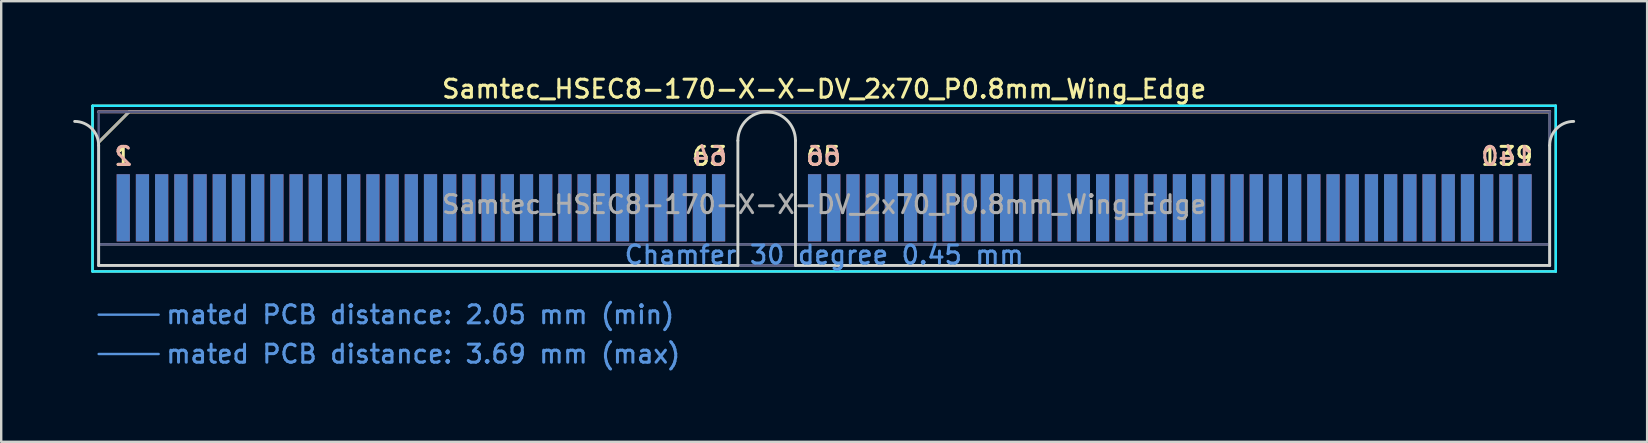
<source format=kicad_pcb>
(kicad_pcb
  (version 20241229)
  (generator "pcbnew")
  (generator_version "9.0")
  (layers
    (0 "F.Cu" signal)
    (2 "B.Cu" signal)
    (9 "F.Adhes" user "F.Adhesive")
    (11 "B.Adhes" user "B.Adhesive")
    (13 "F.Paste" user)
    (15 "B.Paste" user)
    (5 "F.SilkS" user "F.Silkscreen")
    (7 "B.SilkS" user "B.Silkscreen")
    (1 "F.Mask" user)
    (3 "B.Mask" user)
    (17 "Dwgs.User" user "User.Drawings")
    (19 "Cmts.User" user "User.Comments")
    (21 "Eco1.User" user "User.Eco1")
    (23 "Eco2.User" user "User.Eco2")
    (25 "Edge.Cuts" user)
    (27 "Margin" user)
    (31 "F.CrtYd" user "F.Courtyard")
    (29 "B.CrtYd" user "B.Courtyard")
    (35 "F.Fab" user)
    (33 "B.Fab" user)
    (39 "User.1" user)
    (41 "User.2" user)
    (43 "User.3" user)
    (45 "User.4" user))
  (footprint "Samtec_HSEC8-170-X-X-DV_2x70_P0.8mm_Wing_Edge"
    (layer "F.Cu")
    (at 31.285 8.008)
    (property "Reference" "Samtec_HSEC8-170-X-X-DV_2x70_P0.8mm_Wing_Edge" (at 0 -7.35 0) (layer "F.SilkS") (effects (font (size 0.75 0.75) (thickness 0.125))))
    (attr exclude_from_pos_files exclude_from_bom)
    (fp_line (start -30.48 -6.65) (end -30.48 0.25) (stroke (width 0.1) (type solid)) (layer "F.SilkS"))
    (fp_line (start -30.48 0.25) (end 30.48 0.25) (stroke (width 0.1) (type solid)) (layer "F.SilkS"))
    (fp_line (start -30.225 -5.13) (end -28.955 -6.4) (stroke (width 0.12) (type solid)) (layer "F.SilkS"))
    (fp_line (start -28.955 -6.4) (end 30.225 -6.4) (stroke (width 0.12) (type solid)) (layer "F.SilkS"))
    (fp_line (start 30.48 -6.65) (end -30.48 -6.65) (stroke (width 0.1) (type solid)) (layer "F.SilkS"))
    (fp_line (start 30.48 0.25) (end 30.48 -6.65) (stroke (width 0.1) (type solid)) (layer "F.SilkS"))
    (fp_line (start -30.225 -6.4) (end -30.225 -6.4) (stroke (width 0.12) (type solid)) (layer "B.SilkS"))
    (fp_line (start -30.225 -6.4) (end 30.225 -6.4) (stroke (width 0.12) (type solid)) (layer "B.SilkS"))
    (fp_line (start -30.225 2.05) (end -27.725 2.05) (stroke (width 0.1) (type solid)) (layer "Cmts.User"))
    (fp_line (start -30.225 3.69) (end -27.725 3.69) (stroke (width 0.1) (type solid)) (layer "Cmts.User"))
    (fp_line (start -30.225 -5) (end -30.225 0) (stroke (width 0.12) (type solid)) (layer "Edge.Cuts"))
    (fp_line (start -30.225 0) (end -3.595 0) (stroke (width 0.12) (type solid)) (layer "Edge.Cuts"))
    (fp_line (start -3.595 0) (end -3.595 -5.2) (stroke (width 0.12) (type solid)) (layer "Edge.Cuts"))
    (fp_line (start -1.195 -5.2) (end -1.195 0) (stroke (width 0.12) (type solid)) (layer "Edge.Cuts"))
    (fp_line (start -1.195 0) (end 30.225 0) (stroke (width 0.12) (type solid)) (layer "Edge.Cuts"))
    (fp_line (start 30.225 0) (end 30.225 -5) (stroke (width 0.12) (type solid)) (layer "Edge.Cuts"))
    (fp_arc (start -31.225 -6) (mid -30.517893 -5.707107) (end -30.225 -5) (stroke (width 0.12) (type solid)) (layer "Edge.Cuts"))
    (fp_arc (start -3.595 -5.2) (mid -2.395 -6.4) (end -1.195 -5.2) (stroke (width 0.12) (type solid)) (layer "Edge.Cuts"))
    (fp_arc (start 30.225 -5) (mid 30.517893 -5.707107) (end 31.225 -6) (stroke (width 0.12) (type solid)) (layer "Edge.Cuts"))
    (fp_line (start -30.48 -6.65) (end -30.48 0.25) (stroke (width 0.1) (type solid)) (layer "B.CrtYd"))
    (fp_line (start -30.48 0.25) (end 30.48 0.25) (stroke (width 0.1) (type solid)) (layer "B.CrtYd"))
    (fp_line (start 30.48 -6.65) (end -30.48 -6.65) (stroke (width 0.1) (type solid)) (layer "B.CrtYd"))
    (fp_line (start 30.48 0.25) (end 30.48 -6.65) (stroke (width 0.1) (type solid)) (layer "B.CrtYd"))
    (fp_line (start -30.225 -6.4) (end -30.225 -6.4) (stroke (width 0.1) (type solid)) (layer "B.Fab"))
    (fp_line (start -30.225 -6.4) (end -30.225 0) (stroke (width 0.1) (type solid)) (layer "B.Fab"))
    (fp_line (start -30.225 -6.4) (end 30.225 -6.4) (stroke (width 0.1) (type solid)) (layer "B.Fab"))
    (fp_line (start -30.225 -0.88) (end 30.225 -0.88) (stroke (width 0.1) (type solid)) (layer "B.Fab"))
    (fp_line (start -30.225 0) (end 30.225 0) (stroke (width 0.1) (type solid)) (layer "B.Fab"))
    (fp_line (start 30.225 -6.4) (end 30.225 0) (stroke (width 0.1) (type solid)) (layer "B.Fab"))
    (fp_line (start -30.225 -5.13) (end -30.225 0) (stroke (width 0.1) (type solid)) (layer "F.Fab"))
    (fp_line (start -30.225 -5.13) (end -28.955 -6.4) (stroke (width 0.1) (type solid)) (layer "F.Fab"))
    (fp_line (start -30.225 -0.88) (end 30.225 -0.88) (stroke (width 0.1) (type solid)) (layer "F.Fab"))
    (fp_line (start -30.225 0) (end 30.225 0) (stroke (width 0.1) (type solid)) (layer "F.Fab"))
    (fp_line (start -28.955 -6.4) (end 30.225 -6.4) (stroke (width 0.1) (type solid)) (layer "F.Fab"))
    (fp_line (start 30.225 -6.4) (end 30.225 0) (stroke (width 0.1) (type solid)) (layer "F.Fab"))
    (fp_text user "1" (at -29.2 -4.55 0) (layer "F.SilkS") (effects (font (size 0.75 0.75) (thickness 0.125))))
    (fp_text user "65" (at -0.025 -4.55 0) (layer "F.SilkS") (effects (font (size 0.75 0.75) (thickness 0.125))))
    (fp_text user "139" (at 28.45 -4.55 0) (layer "F.SilkS") (effects (font (size 0.75 0.75) (thickness 0.125))))
    (fp_text user "63" (at -4.775 -4.55 0) (layer "F.SilkS") (effects (font (size 0.75 0.75) (thickness 0.125))))
    (fp_text user "66" (at -0.025 -4.55 0) (layer "B.SilkS") (effects (font (size 0.75 0.75) (thickness 0.125)) (justify mirror)))
    (fp_text user "64" (at -4.775 -4.55 0) (layer "B.SilkS") (effects (font (size 0.75 0.75) (thickness 0.125)) (justify mirror)))
    (fp_text user "140" (at 28.45 -4.55 0) (layer "B.SilkS") (effects (font (size 0.75 0.75) (thickness 0.125)) (justify mirror)))
    (fp_text user "2" (at -29.2 -4.55 0) (layer "B.SilkS") (effects (font (size 0.75 0.75) (thickness 0.125)) (justify mirror)))
    (fp_text user "mated PCB distance: 3.69 mm (max)" (at -27.48 3.69 0) (layer "Cmts.User") (effects (font (size 0.75 0.75) (thickness 0.125)) (justify left)))
    (fp_text user "Chamfer 30 degree 0.45 mm" (at 0 -0.44 0) (layer "Cmts.User") (effects (font (size 0.75 0.75) (thickness 0.125))))
    (fp_text user "mated PCB distance: 2.05 mm (min)" (at -27.48 2.05 0) (layer "Cmts.User") (effects (font (size 0.75 0.75) (thickness 0.125)) (justify left)))
    (fp_text user "${REFERENCE}" (at 0 -2.54 0) (layer "F.Fab") (effects (font (size 0.75 0.75) (thickness 0.125))))
    (pad "1" connect rect (at -29.2 -2.4) (size 0.55 2.8) (layers "F.Cu" "F.Mask"))
    (pad "2" connect rect (at -29.2 -2.4) (size 0.55 2.8) (layers "B.Cu" "B.Mask"))
    (pad "3" connect rect (at -28.4 -2.4) (size 0.55 2.8) (layers "F.Cu" "F.Mask"))
    (pad "4" connect rect (at -28.4 -2.4) (size 0.55 2.8) (layers "B.Cu" "B.Mask"))
    (pad "5" connect rect (at -27.6 -2.4) (size 0.55 2.8) (layers "F.Cu" "F.Mask"))
    (pad "6" connect rect (at -27.6 -2.4) (size 0.55 2.8) (layers "B.Cu" "B.Mask"))
    (pad "7" connect rect (at -26.8 -2.4) (size 0.55 2.8) (layers "F.Cu" "F.Mask"))
    (pad "8" connect rect (at -26.8 -2.4) (size 0.55 2.8) (layers "B.Cu" "B.Mask"))
    (pad "9" connect rect (at -26 -2.4) (size 0.55 2.8) (layers "F.Cu" "F.Mask"))
    (pad "10" connect rect (at -26 -2.4) (size 0.55 2.8) (layers "B.Cu" "B.Mask"))
    (pad "11" connect rect (at -25.2 -2.4) (size 0.55 2.8) (layers "F.Cu" "F.Mask"))
    (pad "12" connect rect (at -25.2 -2.4) (size 0.55 2.8) (layers "B.Cu" "B.Mask"))
    (pad "13" connect rect (at -24.4 -2.4) (size 0.55 2.8) (layers "F.Cu" "F.Mask"))
    (pad "14" connect rect (at -24.4 -2.4) (size 0.55 2.8) (layers "B.Cu" "B.Mask"))
    (pad "15" connect rect (at -23.6 -2.4) (size 0.55 2.8) (layers "F.Cu" "F.Mask"))
    (pad "16" connect rect (at -23.6 -2.4) (size 0.55 2.8) (layers "B.Cu" "B.Mask"))
    (pad "17" connect rect (at -22.8 -2.4) (size 0.55 2.8) (layers "F.Cu" "F.Mask"))
    (pad "18" connect rect (at -22.8 -2.4) (size 0.55 2.8) (layers "B.Cu" "B.Mask"))
    (pad "19" connect rect (at -22 -2.4) (size 0.55 2.8) (layers "F.Cu" "F.Mask"))
    (pad "20" connect rect (at -22 -2.4) (size 0.55 2.8) (layers "B.Cu" "B.Mask"))
    (pad "21" connect rect (at -21.2 -2.4) (size 0.55 2.8) (layers "F.Cu" "F.Mask"))
    (pad "22" connect rect (at -21.2 -2.4) (size 0.55 2.8) (layers "B.Cu" "B.Mask"))
    (pad "23" connect rect (at -20.4 -2.4) (size 0.55 2.8) (layers "F.Cu" "F.Mask"))
    (pad "24" connect rect (at -20.4 -2.4) (size 0.55 2.8) (layers "B.Cu" "B.Mask"))
    (pad "25" connect rect (at -19.6 -2.4) (size 0.55 2.8) (layers "F.Cu" "F.Mask"))
    (pad "26" connect rect (at -19.6 -2.4) (size 0.55 2.8) (layers "B.Cu" "B.Mask"))
    (pad "27" connect rect (at -18.8 -2.4) (size 0.55 2.8) (layers "F.Cu" "F.Mask"))
    (pad "28" connect rect (at -18.8 -2.4) (size 0.55 2.8) (layers "B.Cu" "B.Mask"))
    (pad "29" connect rect (at -18 -2.4) (size 0.55 2.8) (layers "F.Cu" "F.Mask"))
    (pad "30" connect rect (at -18 -2.4) (size 0.55 2.8) (layers "B.Cu" "B.Mask"))
    (pad "31" connect rect (at -17.2 -2.4) (size 0.55 2.8) (layers "F.Cu" "F.Mask"))
    (pad "32" connect rect (at -17.2 -2.4) (size 0.55 2.8) (layers "B.Cu" "B.Mask"))
    (pad "33" connect rect (at -16.4 -2.4) (size 0.55 2.8) (layers "F.Cu" "F.Mask"))
    (pad "34" connect rect (at -16.4 -2.4) (size 0.55 2.8) (layers "B.Cu" "B.Mask"))
    (pad "35" connect rect (at -15.6 -2.4) (size 0.55 2.8) (layers "F.Cu" "F.Mask"))
    (pad "36" connect rect (at -15.6 -2.4) (size 0.55 2.8) (layers "B.Cu" "B.Mask"))
    (pad "37" connect rect (at -14.8 -2.4) (size 0.55 2.8) (layers "F.Cu" "F.Mask"))
    (pad "38" connect rect (at -14.8 -2.4) (size 0.55 2.8) (layers "B.Cu" "B.Mask"))
    (pad "39" connect rect (at -14 -2.4) (size 0.55 2.8) (layers "F.Cu" "F.Mask"))
    (pad "40" connect rect (at -14 -2.4) (size 0.55 2.8) (layers "B.Cu" "B.Mask"))
    (pad "41" connect rect (at -13.2 -2.4) (size 0.55 2.8) (layers "F.Cu" "F.Mask"))
    (pad "42" connect rect (at -13.2 -2.4) (size 0.55 2.8) (layers "B.Cu" "B.Mask"))
    (pad "43" connect rect (at -12.4 -2.4) (size 0.55 2.8) (layers "F.Cu" "F.Mask"))
    (pad "44" connect rect (at -12.4 -2.4) (size 0.55 2.8) (layers "B.Cu" "B.Mask"))
    (pad "45" connect rect (at -11.6 -2.4) (size 0.55 2.8) (layers "F.Cu" "F.Mask"))
    (pad "46" connect rect (at -11.6 -2.4) (size 0.55 2.8) (layers "B.Cu" "B.Mask"))
    (pad "47" connect rect (at -10.8 -2.4) (size 0.55 2.8) (layers "F.Cu" "F.Mask"))
    (pad "48" connect rect (at -10.8 -2.4) (size 0.55 2.8) (layers "B.Cu" "B.Mask"))
    (pad "49" connect rect (at -10 -2.4) (size 0.55 2.8) (layers "F.Cu" "F.Mask"))
    (pad "50" connect rect (at -10 -2.4) (size 0.55 2.8) (layers "B.Cu" "B.Mask"))
    (pad "51" connect rect (at -9.2 -2.4) (size 0.55 2.8) (layers "F.Cu" "F.Mask"))
    (pad "52" connect rect (at -9.2 -2.4) (size 0.55 2.8) (layers "B.Cu" "B.Mask"))
    (pad "53" connect rect (at -8.4 -2.4) (size 0.55 2.8) (layers "F.Cu" "F.Mask"))
    (pad "54" connect rect (at -8.4 -2.4) (size 0.55 2.8) (layers "B.Cu" "B.Mask"))
    (pad "55" connect rect (at -7.6 -2.4) (size 0.55 2.8) (layers "F.Cu" "F.Mask"))
    (pad "56" connect rect (at -7.6 -2.4) (size 0.55 2.8) (layers "B.Cu" "B.Mask"))
    (pad "57" connect rect (at -6.8 -2.4) (size 0.55 2.8) (layers "F.Cu" "F.Mask"))
    (pad "58" connect rect (at -6.8 -2.4) (size 0.55 2.8) (layers "B.Cu" "B.Mask"))
    (pad "59" connect rect (at -6 -2.4) (size 0.55 2.8) (layers "F.Cu" "F.Mask"))
    (pad "60" connect rect (at -6 -2.4) (size 0.55 2.8) (layers "B.Cu" "B.Mask"))
    (pad "61" connect rect (at -5.2 -2.4) (size 0.55 2.8) (layers "F.Cu" "F.Mask"))
    (pad "62" connect rect (at -5.2 -2.4) (size 0.55 2.8) (layers "B.Cu" "B.Mask"))
    (pad "63" connect rect (at -4.4 -2.4) (size 0.55 2.8) (layers "F.Cu" "F.Mask"))
    (pad "64" connect rect (at -4.4 -2.4) (size 0.55 2.8) (layers "B.Cu" "B.Mask"))
    (pad "65" connect rect (at -0.4 -2.4) (size 0.55 2.8) (layers "F.Cu" "F.Mask"))
    (pad "66" connect rect (at -0.4 -2.4) (size 0.55 2.8) (layers "B.Cu" "B.Mask"))
    (pad "67" connect rect (at 0.4 -2.4) (size 0.55 2.8) (layers "F.Cu" "F.Mask"))
    (pad "68" connect rect (at 0.4 -2.4) (size 0.55 2.8) (layers "B.Cu" "B.Mask"))
    (pad "69" connect rect (at 1.2 -2.4) (size 0.55 2.8) (layers "F.Cu" "F.Mask"))
    (pad "70" connect rect (at 1.2 -2.4) (size 0.55 2.8) (layers "B.Cu" "B.Mask"))
    (pad "71" connect rect (at 2 -2.4) (size 0.55 2.8) (layers "F.Cu" "F.Mask"))
    (pad "72" connect rect (at 2 -2.4) (size 0.55 2.8) (layers "B.Cu" "B.Mask"))
    (pad "73" connect rect (at 2.8 -2.4) (size 0.55 2.8) (layers "F.Cu" "F.Mask"))
    (pad "74" connect rect (at 2.8 -2.4) (size 0.55 2.8) (layers "B.Cu" "B.Mask"))
    (pad "75" connect rect (at 3.6 -2.4) (size 0.55 2.8) (layers "F.Cu" "F.Mask"))
    (pad "76" connect rect (at 3.6 -2.4) (size 0.55 2.8) (layers "B.Cu" "B.Mask"))
    (pad "77" connect rect (at 4.4 -2.4) (size 0.55 2.8) (layers "F.Cu" "F.Mask"))
    (pad "78" connect rect (at 4.4 -2.4) (size 0.55 2.8) (layers "B.Cu" "B.Mask"))
    (pad "79" connect rect (at 5.2 -2.4) (size 0.55 2.8) (layers "F.Cu" "F.Mask"))
    (pad "80" connect rect (at 5.2 -2.4) (size 0.55 2.8) (layers "B.Cu" "B.Mask"))
    (pad "81" connect rect (at 6 -2.4) (size 0.55 2.8) (layers "F.Cu" "F.Mask"))
    (pad "82" connect rect (at 6 -2.4) (size 0.55 2.8) (layers "B.Cu" "B.Mask"))
    (pad "83" connect rect (at 6.8 -2.4) (size 0.55 2.8) (layers "F.Cu" "F.Mask"))
    (pad "84" connect rect (at 6.8 -2.4) (size 0.55 2.8) (layers "B.Cu" "B.Mask"))
    (pad "85" connect rect (at 7.6 -2.4) (size 0.55 2.8) (layers "F.Cu" "F.Mask"))
    (pad "86" connect rect (at 7.6 -2.4) (size 0.55 2.8) (layers "B.Cu" "B.Mask"))
    (pad "87" connect rect (at 8.4 -2.4) (size 0.55 2.8) (layers "F.Cu" "F.Mask"))
    (pad "88" connect rect (at 8.4 -2.4) (size 0.55 2.8) (layers "B.Cu" "B.Mask"))
    (pad "89" connect rect (at 9.2 -2.4) (size 0.55 2.8) (layers "F.Cu" "F.Mask"))
    (pad "90" connect rect (at 9.2 -2.4) (size 0.55 2.8) (layers "B.Cu" "B.Mask"))
    (pad "91" connect rect (at 10 -2.4) (size 0.55 2.8) (layers "F.Cu" "F.Mask"))
    (pad "92" connect rect (at 10 -2.4) (size 0.55 2.8) (layers "B.Cu" "B.Mask"))
    (pad "93" connect rect (at 10.8 -2.4) (size 0.55 2.8) (layers "F.Cu" "F.Mask"))
    (pad "94" connect rect (at 10.8 -2.4) (size 0.55 2.8) (layers "B.Cu" "B.Mask"))
    (pad "95" connect rect (at 11.6 -2.4) (size 0.55 2.8) (layers "F.Cu" "F.Mask"))
    (pad "96" connect rect (at 11.6 -2.4) (size 0.55 2.8) (layers "B.Cu" "B.Mask"))
    (pad "97" connect rect (at 12.4 -2.4) (size 0.55 2.8) (layers "F.Cu" "F.Mask"))
    (pad "98" connect rect (at 12.4 -2.4) (size 0.55 2.8) (layers "B.Cu" "B.Mask"))
    (pad "99" connect rect (at 13.2 -2.4) (size 0.55 2.8) (layers "F.Cu" "F.Mask"))
    (pad "100" connect rect (at 13.2 -2.4) (size 0.55 2.8) (layers "B.Cu" "B.Mask"))
    (pad "101" connect rect (at 14 -2.4) (size 0.55 2.8) (layers "F.Cu" "F.Mask"))
    (pad "102" connect rect (at 14 -2.4) (size 0.55 2.8) (layers "B.Cu" "B.Mask"))
    (pad "103" connect rect (at 14.8 -2.4) (size 0.55 2.8) (layers "F.Cu" "F.Mask"))
    (pad "104" connect rect (at 14.8 -2.4) (size 0.55 2.8) (layers "B.Cu" "B.Mask"))
    (pad "105" connect rect (at 15.6 -2.4) (size 0.55 2.8) (layers "F.Cu" "F.Mask"))
    (pad "106" connect rect (at 15.6 -2.4) (size 0.55 2.8) (layers "B.Cu" "B.Mask"))
    (pad "107" connect rect (at 16.4 -2.4) (size 0.55 2.8) (layers "F.Cu" "F.Mask"))
    (pad "108" connect rect (at 16.4 -2.4) (size 0.55 2.8) (layers "B.Cu" "B.Mask"))
    (pad "109" connect rect (at 17.2 -2.4) (size 0.55 2.8) (layers "F.Cu" "F.Mask"))
    (pad "110" connect rect (at 17.2 -2.4) (size 0.55 2.8) (layers "B.Cu" "B.Mask"))
    (pad "111" connect rect (at 18 -2.4) (size 0.55 2.8) (layers "F.Cu" "F.Mask"))
    (pad "112" connect rect (at 18 -2.4) (size 0.55 2.8) (layers "B.Cu" "B.Mask"))
    (pad "113" connect rect (at 18.8 -2.4) (size 0.55 2.8) (layers "F.Cu" "F.Mask"))
    (pad "114" connect rect (at 18.8 -2.4) (size 0.55 2.8) (layers "B.Cu" "B.Mask"))
    (pad "115" connect rect (at 19.6 -2.4) (size 0.55 2.8) (layers "F.Cu" "F.Mask"))
    (pad "116" connect rect (at 19.6 -2.4) (size 0.55 2.8) (layers "B.Cu" "B.Mask"))
    (pad "117" connect rect (at 20.4 -2.4) (size 0.55 2.8) (layers "F.Cu" "F.Mask"))
    (pad "118" connect rect (at 20.4 -2.4) (size 0.55 2.8) (layers "B.Cu" "B.Mask"))
    (pad "119" connect rect (at 21.2 -2.4) (size 0.55 2.8) (layers "F.Cu" "F.Mask"))
    (pad "120" connect rect (at 21.2 -2.4) (size 0.55 2.8) (layers "B.Cu" "B.Mask"))
    (pad "121" connect rect (at 22 -2.4) (size 0.55 2.8) (layers "F.Cu" "F.Mask"))
    (pad "122" connect rect (at 22 -2.4) (size 0.55 2.8) (layers "B.Cu" "B.Mask"))
    (pad "123" connect rect (at 22.8 -2.4) (size 0.55 2.8) (layers "F.Cu" "F.Mask"))
    (pad "124" connect rect (at 22.8 -2.4) (size 0.55 2.8) (layers "B.Cu" "B.Mask"))
    (pad "125" connect rect (at 23.6 -2.4) (size 0.55 2.8) (layers "F.Cu" "F.Mask"))
    (pad "126" connect rect (at 23.6 -2.4) (size 0.55 2.8) (layers "B.Cu" "B.Mask"))
    (pad "127" connect rect (at 24.4 -2.4) (size 0.55 2.8) (layers "F.Cu" "F.Mask"))
    (pad "128" connect rect (at 24.4 -2.4) (size 0.55 2.8) (layers "B.Cu" "B.Mask"))
    (pad "129" connect rect (at 25.2 -2.4) (size 0.55 2.8) (layers "F.Cu" "F.Mask"))
    (pad "130" connect rect (at 25.2 -2.4) (size 0.55 2.8) (layers "B.Cu" "B.Mask"))
    (pad "131" connect rect (at 26 -2.4) (size 0.55 2.8) (layers "F.Cu" "F.Mask"))
    (pad "132" connect rect (at 26 -2.4) (size 0.55 2.8) (layers "B.Cu" "B.Mask"))
    (pad "133" connect rect (at 26.8 -2.4) (size 0.55 2.8) (layers "F.Cu" "F.Mask"))
    (pad "134" connect rect (at 26.8 -2.4) (size 0.55 2.8) (layers "B.Cu" "B.Mask"))
    (pad "135" connect rect (at 27.6 -2.4) (size 0.55 2.8) (layers "F.Cu" "F.Mask"))
    (pad "136" connect rect (at 27.6 -2.4) (size 0.55 2.8) (layers "B.Cu" "B.Mask"))
    (pad "137" connect rect (at 28.4 -2.4) (size 0.55 2.8) (layers "F.Cu" "F.Mask"))
    (pad "138" connect rect (at 28.4 -2.4) (size 0.55 2.8) (layers "B.Cu" "B.Mask"))
    (pad "139" connect rect (at 29.2 -2.4) (size 0.55 2.8) (layers "F.Cu" "F.Mask"))
    (pad "140" connect rect (at 29.2 -2.4) (size 0.55 2.8) (layers "B.Cu" "B.Mask")))
  (gr_rect
    (start -3 -3)
    (end 65.57 15.356)
    (stroke (width 0.1) (type default))
    (fill no)
    (layer "Edge.Cuts")))
</source>
